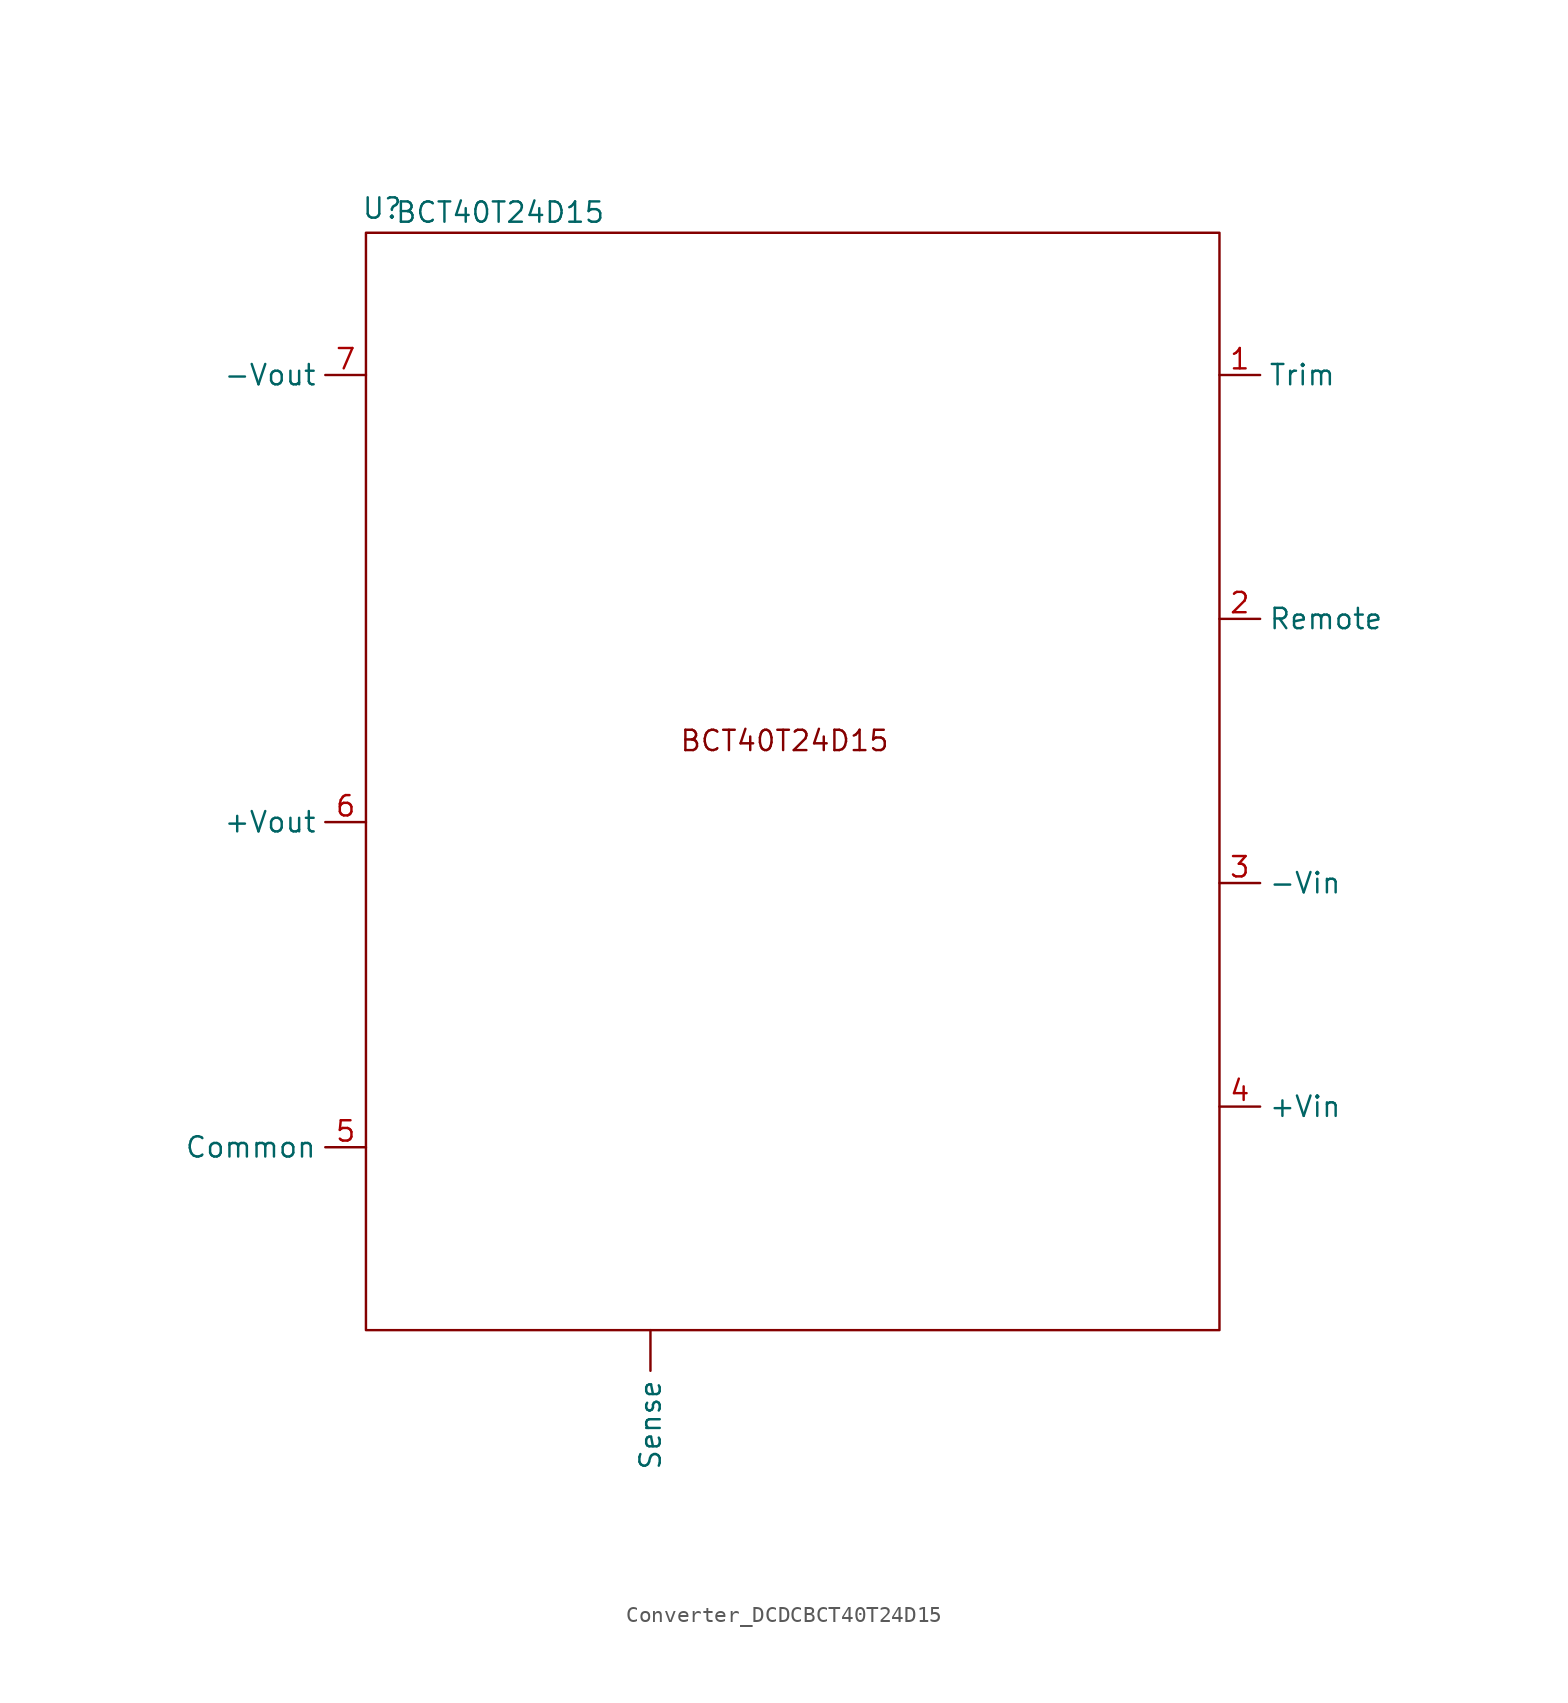
<source format=kicad_sym>
(kicad_symbol_lib
  (version 20241209)
  (generator "kicad_symbol_editor")
  (generator_version "9.0")
  (symbol "Converter_DCDCBCT40T24D15"
    (property "Reference" "U"
      (at 1.016 70.104 0)
      (effects (font (size 1.27 1.27))))
    (property "Value" "BCT40T24D15"
      (at 8.382 69.85 0)
      (effects (font (size 1.27 1.27))))
    (symbol "Converter_DCDCBCT40T24D15_0_1"
      (rectangle (start 0 68.58) (end 53.34 0) (stroke (width 0) (type default)) (fill (type none))))
    (symbol "Converter_DCDCBCT40T24D15_1_1"
      (text "BCT40T24D15" (at 26.162 36.83 0) (effects (font (size 1.27 1.27))))
      (pin power_out line (at 0 59.69 180) (length 2.54) (name "-Vout" (effects (font (size 1.27 1.27)))) (number "7" (effects (font (size 1.27 1.27)))))
      (pin power_out line (at 0 31.75 180) (length 2.54) (name "+Vout" (effects (font (size 1.27 1.27)))) (number "6" (effects (font (size 1.27 1.27)))))
      (pin power_out line (at 0 11.43 180) (length 2.54) (name "Common" (effects (font (size 1.27 1.27)))) (number "5" (effects (font (size 1.27 1.27)))))
      (pin input line (at 17.78 0 270) (length 2.54) (name "Sense" (effects (font (size 1.27 1.27)))) (number "" (effects (font (size 1.27 1.27)))))
      (pin input line (at 53.34 59.69 0) (length 2.54) (name "Trim" (effects (font (size 1.27 1.27)))) (number "1" (effects (font (size 1.27 1.27)))))
      (pin input line (at 53.34 44.45 0) (length 2.54) (name "Remote" (effects (font (size 1.27 1.27)))) (number "2" (effects (font (size 1.27 1.27)))))
      (pin input line (at 53.34 27.94 0) (length 2.54) (name "-Vin" (effects (font (size 1.27 1.27)))) (number "3" (effects (font (size 1.27 1.27)))))
      (pin input line (at 53.34 13.97 0) (length 2.54) (name "+Vin" (effects (font (size 1.27 1.27)))) (number "4" (effects (font (size 1.27 1.27))))))))
</source>
